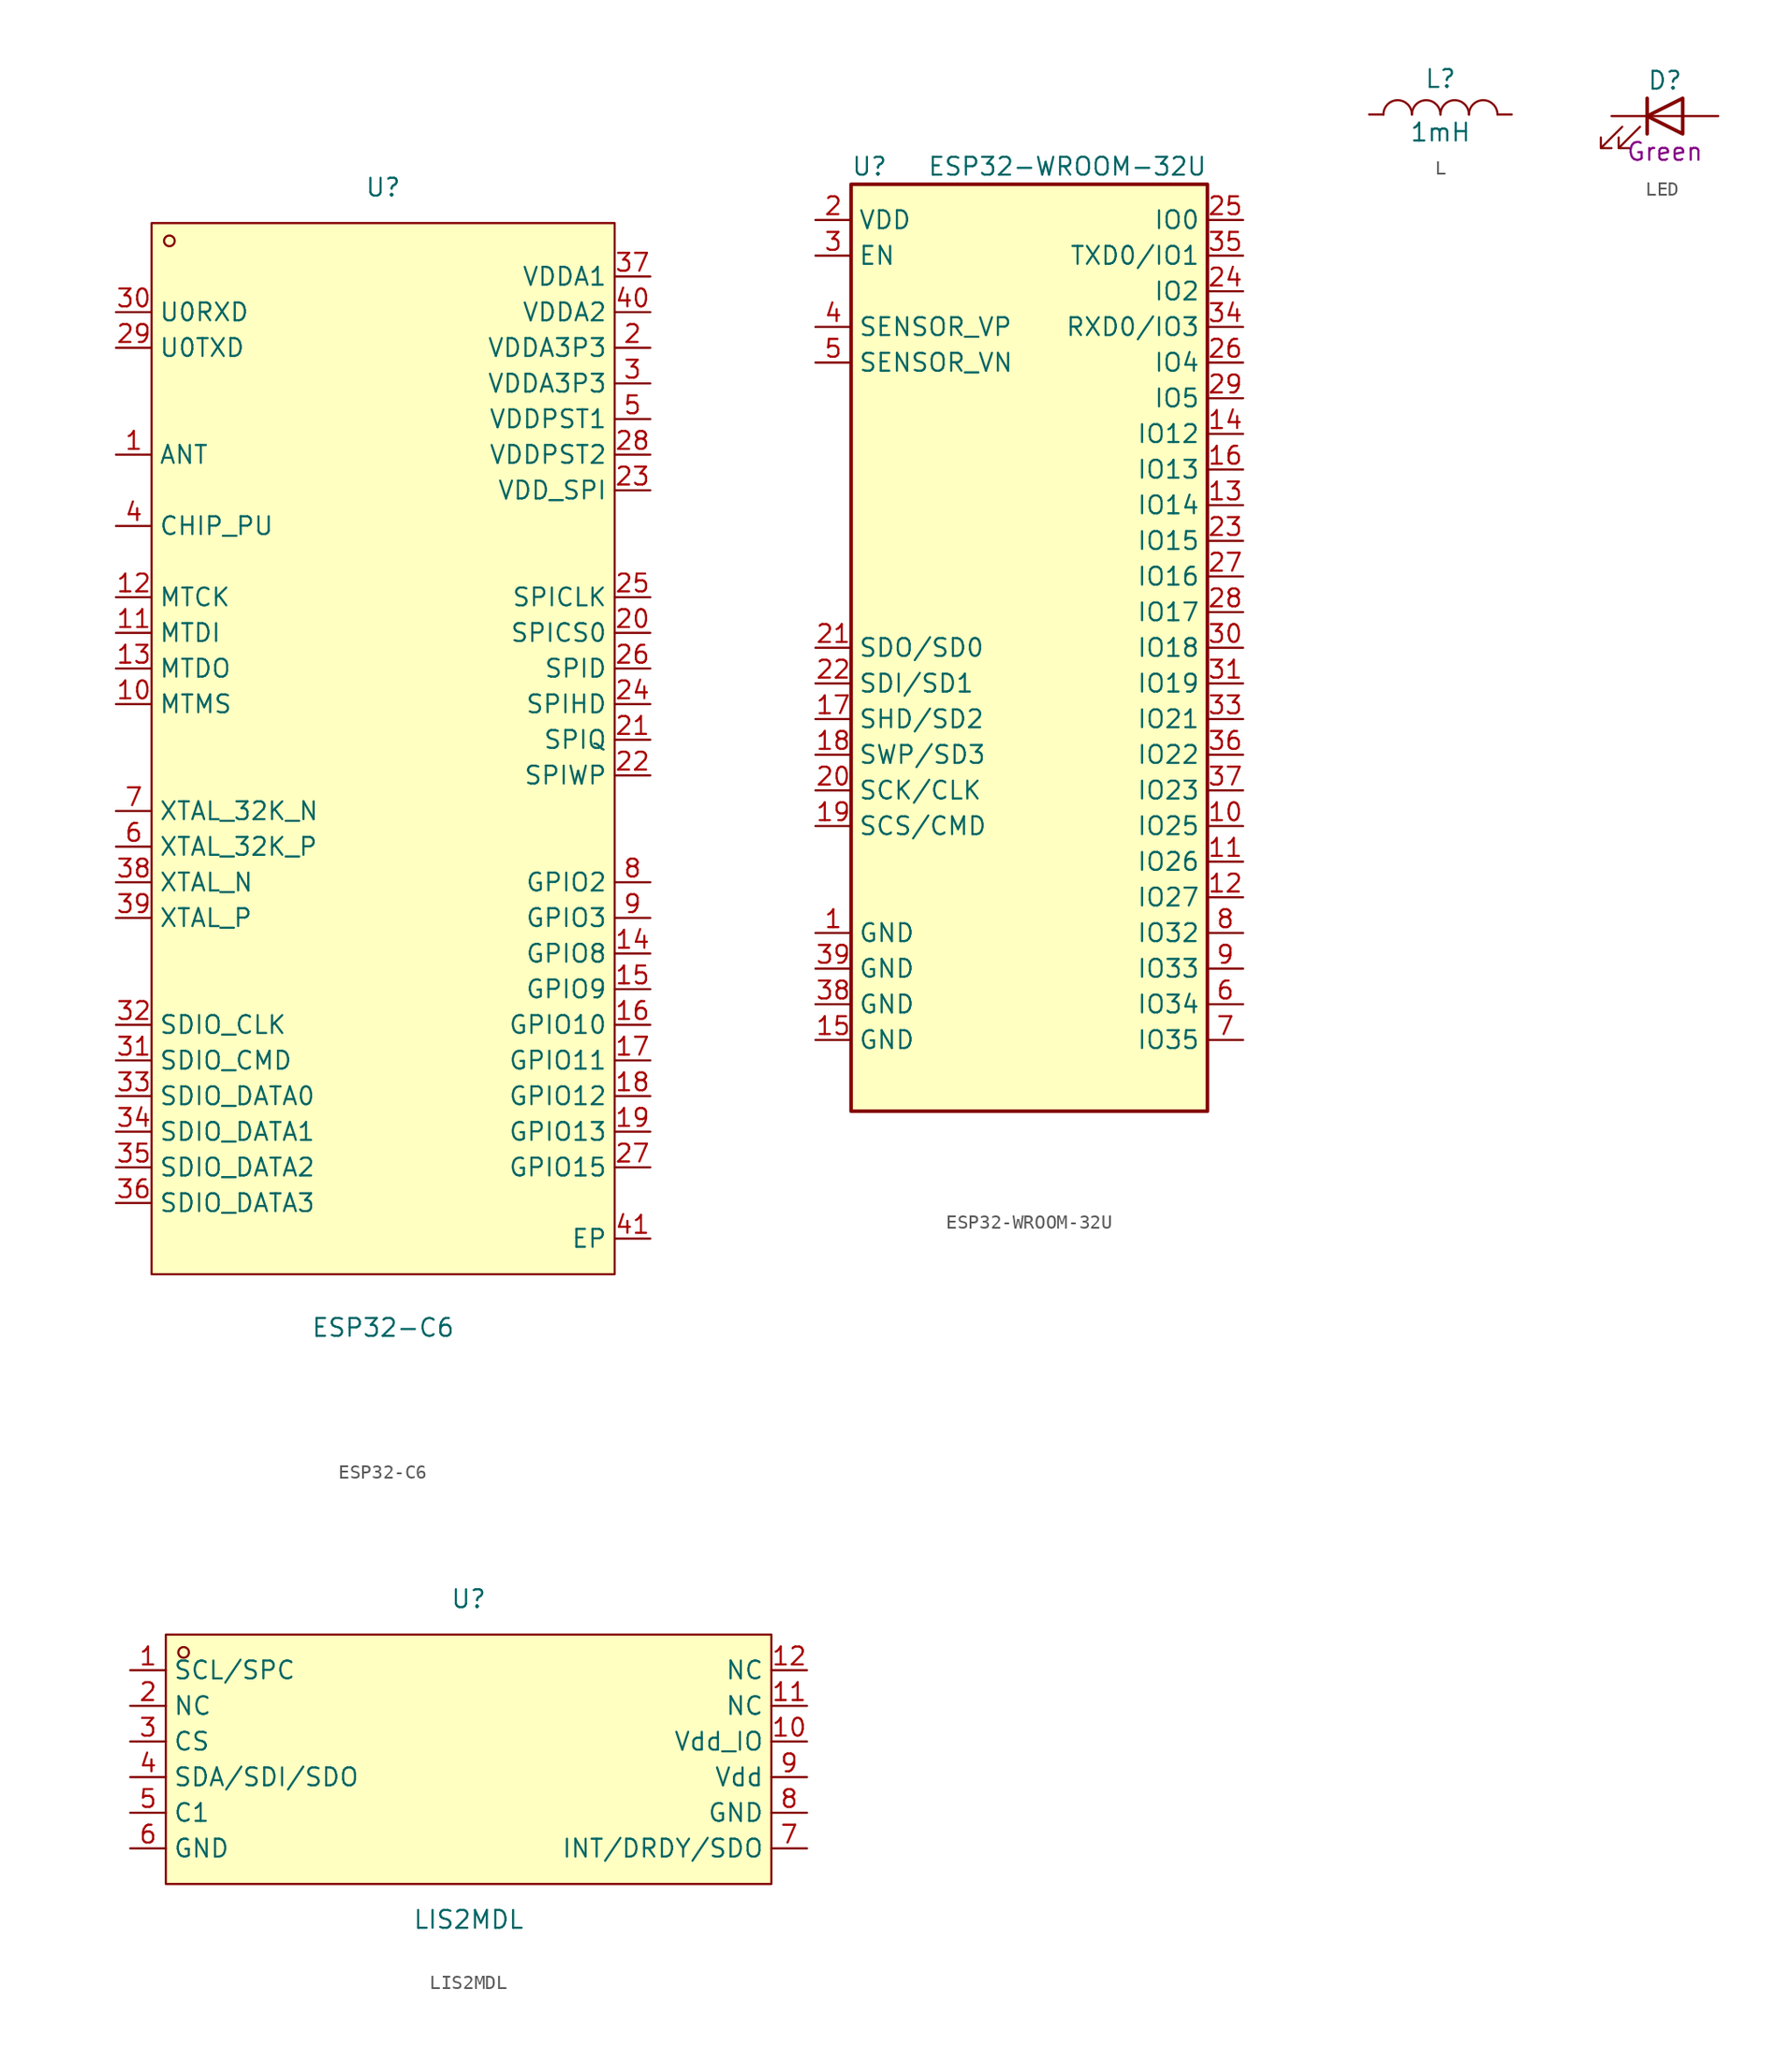
<source format=kicad_sym>
(kicad_symbol_lib
  (version 20241209)
  (generator "kicad_symbol_editor")
  (generator_version "9.0")
  (symbol "ESP32-C6"
    (property "Reference" "U"
      (at 1.27 41.91 0)
      (effects (font (size 1.27 1.27))))
    (property "Value" "ESP32-C6"
      (at 1.27 -39.37 0)
      (effects (font (size 1.27 1.27))))
    (symbol "ESP32-C6_0_1"
      (rectangle (start -15.24 39.37) (end 17.78 -35.56) (stroke (width 0) (type default)) (fill (type background)))
      (circle (center -13.97 38.1) (radius 0.38) (stroke (width 0) (type default)) (fill (type none)))
      (pin input line (at -17.78 33.02 0) (length 2.54) (name "U0RXD" (effects (font (size 1.27 1.27)))) (number "30" (effects (font (size 1.27 1.27)))))
      (pin output line (at -17.78 30.48 0) (length 2.54) (name "U0TXD" (effects (font (size 1.27 1.27)))) (number "29" (effects (font (size 1.27 1.27)))))
      (pin passive line (at -17.78 22.86 0) (length 2.54) (name "ANT" (effects (font (size 1.27 1.27)))) (number "1" (effects (font (size 1.27 1.27)))))
      (pin input line (at -17.78 17.78 0) (length 2.54) (name "CHIP_PU" (effects (font (size 1.27 1.27)))) (number "4" (effects (font (size 1.27 1.27)))))
      (pin input line (at -17.78 12.7 0) (length 2.54) (name "MTCK" (effects (font (size 1.27 1.27)))) (number "12" (effects (font (size 1.27 1.27)))))
      (pin input line (at -17.78 10.16 0) (length 2.54) (name "MTDI" (effects (font (size 1.27 1.27)))) (number "11" (effects (font (size 1.27 1.27)))))
      (pin output line (at -17.78 7.62 0) (length 2.54) (name "MTDO" (effects (font (size 1.27 1.27)))) (number "13" (effects (font (size 1.27 1.27)))))
      (pin input line (at -17.78 5.08 0) (length 2.54) (name "MTMS" (effects (font (size 1.27 1.27)))) (number "10" (effects (font (size 1.27 1.27)))))
      (pin passive line (at -17.78 -2.54 0) (length 2.54) (name "XTAL_32K_N" (effects (font (size 1.27 1.27)))) (number "7" (effects (font (size 1.27 1.27)))))
      (pin passive line (at -17.78 -5.08 0) (length 2.54) (name "XTAL_32K_P" (effects (font (size 1.27 1.27)))) (number "6" (effects (font (size 1.27 1.27)))))
      (pin passive line (at -17.78 -7.62 0) (length 2.54) (name "XTAL_N" (effects (font (size 1.27 1.27)))) (number "38" (effects (font (size 1.27 1.27)))))
      (pin passive line (at -17.78 -10.16 0) (length 2.54) (name "XTAL_P" (effects (font (size 1.27 1.27)))) (number "39" (effects (font (size 1.27 1.27)))))
      (pin bidirectional line (at -17.78 -17.78 0) (length 2.54) (name "SDIO_CLK" (effects (font (size 1.27 1.27)))) (number "32" (effects (font (size 1.27 1.27)))))
      (pin bidirectional line (at -17.78 -20.32 0) (length 2.54) (name "SDIO_CMD" (effects (font (size 1.27 1.27)))) (number "31" (effects (font (size 1.27 1.27)))))
      (pin bidirectional line (at -17.78 -22.86 0) (length 2.54) (name "SDIO_DATA0" (effects (font (size 1.27 1.27)))) (number "33" (effects (font (size 1.27 1.27)))))
      (pin bidirectional line (at -17.78 -25.4 0) (length 2.54) (name "SDIO_DATA1" (effects (font (size 1.27 1.27)))) (number "34" (effects (font (size 1.27 1.27)))))
      (pin bidirectional line (at -17.78 -27.94 0) (length 2.54) (name "SDIO_DATA2" (effects (font (size 1.27 1.27)))) (number "35" (effects (font (size 1.27 1.27)))))
      (pin bidirectional line (at -17.78 -30.48 0) (length 2.54) (name "SDIO_DATA3" (effects (font (size 1.27 1.27)))) (number "36" (effects (font (size 1.27 1.27)))))
      (pin power_in line (at 20.32 35.56 180) (length 2.54) (name "VDDA1" (effects (font (size 1.27 1.27)))) (number "37" (effects (font (size 1.27 1.27)))))
      (pin power_in line (at 20.32 33.02 180) (length 2.54) (name "VDDA2" (effects (font (size 1.27 1.27)))) (number "40" (effects (font (size 1.27 1.27)))))
      (pin power_in line (at 20.32 30.48 180) (length 2.54) (name "VDDA3P3" (effects (font (size 1.27 1.27)))) (number "2" (effects (font (size 1.27 1.27)))))
      (pin power_in line (at 20.32 27.94 180) (length 2.54) (name "VDDA3P3" (effects (font (size 1.27 1.27)))) (number "3" (effects (font (size 1.27 1.27)))))
      (pin power_in line (at 20.32 25.4 180) (length 2.54) (name "VDDPST1" (effects (font (size 1.27 1.27)))) (number "5" (effects (font (size 1.27 1.27)))))
      (pin power_in line (at 20.32 22.86 180) (length 2.54) (name "VDDPST2" (effects (font (size 1.27 1.27)))) (number "28" (effects (font (size 1.27 1.27)))))
      (pin power_out line (at 20.32 20.32 180) (length 2.54) (name "VDD_SPI" (effects (font (size 1.27 1.27)))) (number "23" (effects (font (size 1.27 1.27)))))
      (pin bidirectional line (at 20.32 12.7 180) (length 2.54) (name "SPICLK" (effects (font (size 1.27 1.27)))) (number "25" (effects (font (size 1.27 1.27)))))
      (pin bidirectional line (at 20.32 10.16 180) (length 2.54) (name "SPICS0" (effects (font (size 1.27 1.27)))) (number "20" (effects (font (size 1.27 1.27)))))
      (pin bidirectional line (at 20.32 7.62 180) (length 2.54) (name "SPID" (effects (font (size 1.27 1.27)))) (number "26" (effects (font (size 1.27 1.27)))))
      (pin bidirectional line (at 20.32 5.08 180) (length 2.54) (name "SPIHD" (effects (font (size 1.27 1.27)))) (number "24" (effects (font (size 1.27 1.27)))))
      (pin bidirectional line (at 20.32 2.54 180) (length 2.54) (name "SPIQ" (effects (font (size 1.27 1.27)))) (number "21" (effects (font (size 1.27 1.27)))))
      (pin bidirectional line (at 20.32 0 180) (length 2.54) (name "SPIWP" (effects (font (size 1.27 1.27)))) (number "22" (effects (font (size 1.27 1.27)))))
      (pin bidirectional line (at 20.32 -7.62 180) (length 2.54) (name "GPIO2" (effects (font (size 1.27 1.27)))) (number "8" (effects (font (size 1.27 1.27)))))
      (pin bidirectional line (at 20.32 -10.16 180) (length 2.54) (name "GPIO3" (effects (font (size 1.27 1.27)))) (number "9" (effects (font (size 1.27 1.27)))))
      (pin bidirectional line (at 20.32 -12.7 180) (length 2.54) (name "GPIO8" (effects (font (size 1.27 1.27)))) (number "14" (effects (font (size 1.27 1.27)))))
      (pin bidirectional line (at 20.32 -15.24 180) (length 2.54) (name "GPIO9" (effects (font (size 1.27 1.27)))) (number "15" (effects (font (size 1.27 1.27)))))
      (pin bidirectional line (at 20.32 -17.78 180) (length 2.54) (name "GPIO10" (effects (font (size 1.27 1.27)))) (number "16" (effects (font (size 1.27 1.27)))))
      (pin bidirectional line (at 20.32 -20.32 180) (length 2.54) (name "GPIO11" (effects (font (size 1.27 1.27)))) (number "17" (effects (font (size 1.27 1.27)))))
      (pin bidirectional line (at 20.32 -22.86 180) (length 2.54) (name "GPIO12" (effects (font (size 1.27 1.27)))) (number "18" (effects (font (size 1.27 1.27)))))
      (pin bidirectional line (at 20.32 -25.4 180) (length 2.54) (name "GPIO13" (effects (font (size 1.27 1.27)))) (number "19" (effects (font (size 1.27 1.27)))))
      (pin bidirectional line (at 20.32 -27.94 180) (length 2.54) (name "GPIO15" (effects (font (size 1.27 1.27)))) (number "27" (effects (font (size 1.27 1.27)))))
      (pin power_in line (at 20.32 -33.02 180) (length 2.54) (name "EP" (effects (font (size 1.27 1.27)))) (number "41" (effects (font (size 1.27 1.27)))))))
  (symbol "ESP32-WROOM-32U"
    (property "Reference" "U"
      (at -12.7 34.29 0)
      (effects (font (size 1.27 1.27)) (justify left)))
    (property "Value" "ESP32-WROOM-32U"
      (at 12.7 34.29 0)
      (effects (font (size 1.27 1.27)) (justify right)))
    (symbol "ESP32-WROOM-32U_0_1"
      (rectangle (start -12.7 33.02) (end 12.7 -33.02) (stroke (width 0.254) (type default)) (fill (type background))))
    (symbol "ESP32-WROOM-32U_1_1"
      (pin power_in line (at -15.24 30.48 0) (length 2.54) (name "VDD" (effects (font (size 1.27 1.27)))) (number "2" (effects (font (size 1.27 1.27)))))
      (pin input line (at -15.24 27.94 0) (length 2.54) (name "EN" (effects (font (size 1.27 1.27)))) (number "3" (effects (font (size 1.27 1.27)))))
      (pin input line (at -15.24 22.86 0) (length 2.54) (name "SENSOR_VP" (effects (font (size 1.27 1.27)))) (number "4" (effects (font (size 1.27 1.27)))))
      (pin input line (at -15.24 20.32 0) (length 2.54) (name "SENSOR_VN" (effects (font (size 1.27 1.27)))) (number "5" (effects (font (size 1.27 1.27)))))
      (pin bidirectional line (at -15.24 0 0) (length 2.54) (name "SDO/SD0" (effects (font (size 1.27 1.27)))) (number "21" (effects (font (size 1.27 1.27)))))
      (pin bidirectional line (at -15.24 -2.54 0) (length 2.54) (name "SDI/SD1" (effects (font (size 1.27 1.27)))) (number "22" (effects (font (size 1.27 1.27)))))
      (pin bidirectional line (at -15.24 -5.08 0) (length 2.54) (name "SHD/SD2" (effects (font (size 1.27 1.27)))) (number "17" (effects (font (size 1.27 1.27)))))
      (pin bidirectional line (at -15.24 -7.62 0) (length 2.54) (name "SWP/SD3" (effects (font (size 1.27 1.27)))) (number "18" (effects (font (size 1.27 1.27)))))
      (pin bidirectional line (at -15.24 -10.16 0) (length 2.54) (name "SCK/CLK" (effects (font (size 1.27 1.27)))) (number "20" (effects (font (size 1.27 1.27)))))
      (pin bidirectional line (at -15.24 -12.7 0) (length 2.54) (name "SCS/CMD" (effects (font (size 1.27 1.27)))) (number "19" (effects (font (size 1.27 1.27)))))
      (pin power_in line (at -15.24 -20.32 0) (length 2.54) (name "GND" (effects (font (size 1.27 1.27)))) (number "1" (effects (font (size 1.27 1.27)))))
      (pin power_in line (at -15.24 -22.86 0) (length 2.54) (name "GND" (effects (font (size 1.27 1.27)))) (number "39" (effects (font (size 1.27 1.27)))))
      (pin power_in line (at -15.24 -25.4 0) (length 2.54) (name "GND" (effects (font (size 1.27 1.27)))) (number "38" (effects (font (size 1.27 1.27)))))
      (pin power_in line (at -15.24 -27.94 0) (length 2.54) (name "GND" (effects (font (size 1.27 1.27)))) (number "15" (effects (font (size 1.27 1.27)))))
      (pin no_connect line (at -12.7 -16.51 0) (length 2.54) (hide yes) (name "NC" (effects (font (size 1.27 1.27)))) (number "32" (effects (font (size 1.27 1.27)))))
      (pin bidirectional line (at 15.24 30.48 180) (length 2.54) (name "IO0" (effects (font (size 1.27 1.27)))) (number "25" (effects (font (size 1.27 1.27)))))
      (pin bidirectional line (at 15.24 27.94 180) (length 2.54) (name "TXD0/IO1" (effects (font (size 1.27 1.27)))) (number "35" (effects (font (size 1.27 1.27)))))
      (pin bidirectional line (at 15.24 25.4 180) (length 2.54) (name "IO2" (effects (font (size 1.27 1.27)))) (number "24" (effects (font (size 1.27 1.27)))))
      (pin bidirectional line (at 15.24 22.86 180) (length 2.54) (name "RXD0/IO3" (effects (font (size 1.27 1.27)))) (number "34" (effects (font (size 1.27 1.27)))))
      (pin bidirectional line (at 15.24 20.32 180) (length 2.54) (name "IO4" (effects (font (size 1.27 1.27)))) (number "26" (effects (font (size 1.27 1.27)))))
      (pin bidirectional line (at 15.24 17.78 180) (length 2.54) (name "IO5" (effects (font (size 1.27 1.27)))) (number "29" (effects (font (size 1.27 1.27)))))
      (pin bidirectional line (at 15.24 15.24 180) (length 2.54) (name "IO12" (effects (font (size 1.27 1.27)))) (number "14" (effects (font (size 1.27 1.27)))))
      (pin bidirectional line (at 15.24 12.7 180) (length 2.54) (name "IO13" (effects (font (size 1.27 1.27)))) (number "16" (effects (font (size 1.27 1.27)))))
      (pin bidirectional line (at 15.24 10.16 180) (length 2.54) (name "IO14" (effects (font (size 1.27 1.27)))) (number "13" (effects (font (size 1.27 1.27)))))
      (pin bidirectional line (at 15.24 7.62 180) (length 2.54) (name "IO15" (effects (font (size 1.27 1.27)))) (number "23" (effects (font (size 1.27 1.27)))))
      (pin bidirectional line (at 15.24 5.08 180) (length 2.54) (name "IO16" (effects (font (size 1.27 1.27)))) (number "27" (effects (font (size 1.27 1.27)))))
      (pin bidirectional line (at 15.24 2.54 180) (length 2.54) (name "IO17" (effects (font (size 1.27 1.27)))) (number "28" (effects (font (size 1.27 1.27)))))
      (pin bidirectional line (at 15.24 0 180) (length 2.54) (name "IO18" (effects (font (size 1.27 1.27)))) (number "30" (effects (font (size 1.27 1.27)))))
      (pin bidirectional line (at 15.24 -2.54 180) (length 2.54) (name "IO19" (effects (font (size 1.27 1.27)))) (number "31" (effects (font (size 1.27 1.27)))))
      (pin bidirectional line (at 15.24 -5.08 180) (length 2.54) (name "IO21" (effects (font (size 1.27 1.27)))) (number "33" (effects (font (size 1.27 1.27)))))
      (pin bidirectional line (at 15.24 -7.62 180) (length 2.54) (name "IO22" (effects (font (size 1.27 1.27)))) (number "36" (effects (font (size 1.27 1.27)))))
      (pin bidirectional line (at 15.24 -10.16 180) (length 2.54) (name "IO23" (effects (font (size 1.27 1.27)))) (number "37" (effects (font (size 1.27 1.27)))))
      (pin bidirectional line (at 15.24 -12.7 180) (length 2.54) (name "IO25" (effects (font (size 1.27 1.27)))) (number "10" (effects (font (size 1.27 1.27)))))
      (pin bidirectional line (at 15.24 -15.24 180) (length 2.54) (name "IO26" (effects (font (size 1.27 1.27)))) (number "11" (effects (font (size 1.27 1.27)))))
      (pin bidirectional line (at 15.24 -17.78 180) (length 2.54) (name "IO27" (effects (font (size 1.27 1.27)))) (number "12" (effects (font (size 1.27 1.27)))))
      (pin bidirectional line (at 15.24 -20.32 180) (length 2.54) (name "IO32" (effects (font (size 1.27 1.27)))) (number "8" (effects (font (size 1.27 1.27)))))
      (pin bidirectional line (at 15.24 -22.86 180) (length 2.54) (name "IO33" (effects (font (size 1.27 1.27)))) (number "9" (effects (font (size 1.27 1.27)))))
      (pin input line (at 15.24 -25.4 180) (length 2.54) (name "IO34" (effects (font (size 1.27 1.27)))) (number "6" (effects (font (size 1.27 1.27)))))
      (pin input line (at 15.24 -27.94 180) (length 2.54) (name "IO35" (effects (font (size 1.27 1.27)))) (number "7" (effects (font (size 1.27 1.27)))))))
  (symbol "L"
    (pin_numbers
      (hide yes))
    (pin_names
      (hide yes))
    (property "Reference" "L"
      (at 0 2.54 0)
      (effects (font (size 1.27 1.27))))
    (property "Value" "1mH"
      (at 0 -1.27 0)
      (effects (font (size 1.27 1.27))))
    (symbol "L_0_1"
      (arc (start -4.06 -0.01) (mid -3.055 1.013) (end -2.03 0.01) (stroke (width 0) (type default)) (fill (type none)))
      (arc (start -2.03 -0.01) (mid -1.025 1.013) (end 0 0.01) (stroke (width 0) (type default)) (fill (type none)))
      (arc (start 0 -0.01) (mid 1.005 1.013) (end 2.03 0.01) (stroke (width 0) (type default)) (fill (type none)))
      (arc (start 2.03 -0.01) (mid 3.035 1.013) (end 4.06 0.01) (stroke (width 0) (type default)) (fill (type none))))
    (symbol "L_1_1"
      (pin passive line (at -5.08 0 0) (length 1.016) (name "1" (effects (font (size 1.27 1.27)))) (number "1" (effects (font (size 1.27 1.27)))))
      (pin passive line (at 5.08 0 180) (length 1.016) (name "2" (effects (font (size 1.27 1.27)))) (number "2" (effects (font (size 1.27 1.27)))))))
  (symbol "LED"
    (pin_numbers
      (hide yes))
    (pin_names
      (offset 1.016)
      (hide yes))
    (property "Reference" "D"
      (at 0 2.54 0)
      (effects (font (size 1.27 1.27))))
    (property "Color" "Green"
      (at 0 -2.54 0)
      (effects (font (size 1.27 1.27))))
    (symbol "LED_0_1"
      (polyline (pts (xy -3.048 -0.762) (xy -4.572 -2.286) (xy -3.81 -2.286) (xy -4.572 -2.286) (xy -4.572 -1.524)) (stroke (width 0) (type default)) (fill (type none)))
      (polyline (pts (xy -1.778 -0.762) (xy -3.302 -2.286) (xy -2.54 -2.286) (xy -3.302 -2.286) (xy -3.302 -1.524)) (stroke (width 0) (type default)) (fill (type none)))
      (polyline (pts (xy -1.27 0) (xy 1.27 0)) (stroke (width 0) (type default)) (fill (type none)))
      (polyline (pts (xy -1.27 -1.27) (xy -1.27 1.27)) (stroke (width 0.254) (type default)) (fill (type none)))
      (polyline (pts (xy 1.27 -1.27) (xy 1.27 1.27) (xy -1.27 0) (xy 1.27 -1.27)) (stroke (width 0.254) (type default)) (fill (type none))))
    (symbol "LED_1_1"
      (pin passive line (at -3.81 0 0) (length 2.54) (name "K" (effects (font (size 1.27 1.27)))) (number "1" (effects (font (size 1.27 1.27)))))
      (pin passive line (at 3.81 0 180) (length 2.54) (name "A" (effects (font (size 1.27 1.27)))) (number "2" (effects (font (size 1.27 1.27)))))))
  (symbol "LIS2MDL"
    (property "Reference" "U"
      (at 0 11.43 0)
      (effects (font (size 1.27 1.27))))
    (property "Value" "LIS2MDL"
      (at 0 -11.43 0)
      (effects (font (size 1.27 1.27))))
    (symbol "LIS2MDL_0_1"
      (rectangle (start -21.59 8.89) (end 21.59 -8.89) (stroke (width 0) (type default)) (fill (type background)))
      (circle (center -20.32 7.62) (radius 0.38) (stroke (width 0) (type default)) (fill (type none)))
      (pin unspecified line (at -24.13 6.35 0) (length 2.54) (name "SCL/SPC" (effects (font (size 1.27 1.27)))) (number "1" (effects (font (size 1.27 1.27)))))
      (pin unspecified line (at -24.13 3.81 0) (length 2.54) (name "NC" (effects (font (size 1.27 1.27)))) (number "2" (effects (font (size 1.27 1.27)))))
      (pin unspecified line (at -24.13 1.27 0) (length 2.54) (name "CS" (effects (font (size 1.27 1.27)))) (number "3" (effects (font (size 1.27 1.27)))))
      (pin unspecified line (at -24.13 -1.27 0) (length 2.54) (name "SDA/SDI/SDO" (effects (font (size 1.27 1.27)))) (number "4" (effects (font (size 1.27 1.27)))))
      (pin unspecified line (at -24.13 -3.81 0) (length 2.54) (name "C1" (effects (font (size 1.27 1.27)))) (number "5" (effects (font (size 1.27 1.27)))))
      (pin unspecified line (at -24.13 -6.35 0) (length 2.54) (name "GND" (effects (font (size 1.27 1.27)))) (number "6" (effects (font (size 1.27 1.27)))))
      (pin unspecified line (at 24.13 6.35 180) (length 2.54) (name "NC" (effects (font (size 1.27 1.27)))) (number "12" (effects (font (size 1.27 1.27)))))
      (pin unspecified line (at 24.13 3.81 180) (length 2.54) (name "NC" (effects (font (size 1.27 1.27)))) (number "11" (effects (font (size 1.27 1.27)))))
      (pin unspecified line (at 24.13 1.27 180) (length 2.54) (name "Vdd_IO" (effects (font (size 1.27 1.27)))) (number "10" (effects (font (size 1.27 1.27)))))
      (pin unspecified line (at 24.13 -1.27 180) (length 2.54) (name "Vdd" (effects (font (size 1.27 1.27)))) (number "9" (effects (font (size 1.27 1.27)))))
      (pin unspecified line (at 24.13 -3.81 180) (length 2.54) (name "GND" (effects (font (size 1.27 1.27)))) (number "8" (effects (font (size 1.27 1.27)))))
      (pin unspecified line (at 24.13 -6.35 180) (length 2.54) (name "INT/DRDY/SDO" (effects (font (size 1.27 1.27)))) (number "7" (effects (font (size 1.27 1.27))))))))
</source>
